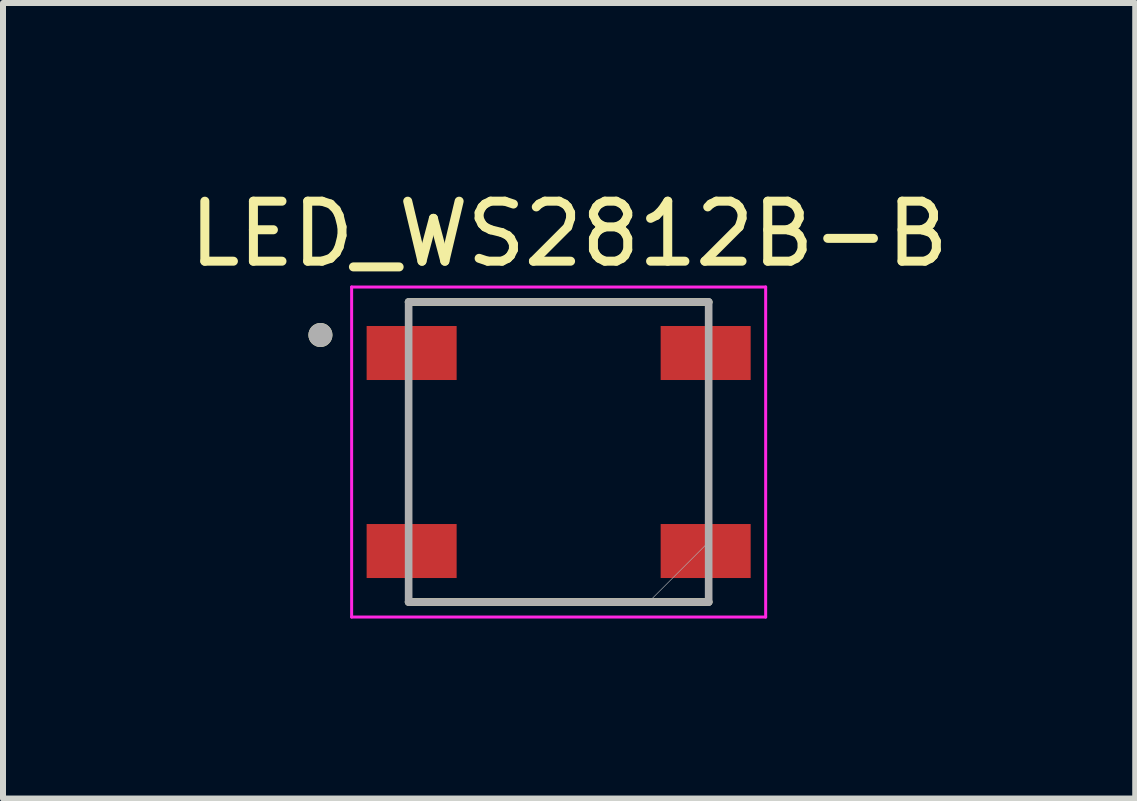
<source format=kicad_pcb>
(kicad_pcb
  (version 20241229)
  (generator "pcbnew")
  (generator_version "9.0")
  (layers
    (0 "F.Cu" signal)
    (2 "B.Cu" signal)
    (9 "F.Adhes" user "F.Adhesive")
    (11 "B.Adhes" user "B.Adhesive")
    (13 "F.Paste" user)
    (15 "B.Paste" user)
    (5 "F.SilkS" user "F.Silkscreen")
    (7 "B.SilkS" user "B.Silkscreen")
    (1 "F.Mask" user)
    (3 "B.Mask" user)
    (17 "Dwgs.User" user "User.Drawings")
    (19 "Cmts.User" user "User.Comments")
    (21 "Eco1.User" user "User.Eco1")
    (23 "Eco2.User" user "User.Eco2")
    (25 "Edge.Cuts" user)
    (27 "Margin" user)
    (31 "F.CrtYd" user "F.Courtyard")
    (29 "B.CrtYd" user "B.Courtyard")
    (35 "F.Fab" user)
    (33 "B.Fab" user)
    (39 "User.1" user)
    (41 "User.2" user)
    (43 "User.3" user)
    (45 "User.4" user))
  (footprint "LED_WS2812B-B"
    (layer "F.Cu")
    (at 6.26 4.483)
    (property "Reference" "LED_WS2812B-B" (at 0.175 -3.635 0) (layer "F.SilkS") (effects (font (size 1 1) (thickness 0.15))))
    (attr through_hole)
    (fp_line (start 2.5 -2.5) (end -2.5 -2.5) (stroke (width 0.127) (type solid)) (layer "F.SilkS"))
    (fp_line (start 2.5 2.5) (end -2.5 2.5) (stroke (width 0.127) (type solid)) (layer "F.SilkS"))
    (fp_circle (center -3.97 -1.95) (end -3.87 -1.95) (stroke (width 0.2) (type solid)) (fill no) (layer "F.SilkS"))
    (fp_line (start -3.45 -2.75) (end 3.45 -2.75) (stroke (width 0.05) (type solid)) (layer "F.CrtYd"))
    (fp_line (start -3.45 2.75) (end -3.45 -2.75) (stroke (width 0.05) (type solid)) (layer "F.CrtYd"))
    (fp_line (start 3.45 -2.75) (end 3.45 2.75) (stroke (width 0.05) (type solid)) (layer "F.CrtYd"))
    (fp_line (start 3.45 2.75) (end -3.45 2.75) (stroke (width 0.05) (type solid)) (layer "F.CrtYd"))
    (fp_line (start -2.5 -2.5) (end 2.5 -2.5) (stroke (width 0.127) (type solid)) (layer "F.Fab"))
    (fp_line (start -2.5 2.5) (end -2.5 -2.5) (stroke (width 0.127) (type solid)) (layer "F.Fab"))
    (fp_line (start 2.5 -2.5) (end 2.5 2.5) (stroke (width 0.127) (type solid)) (layer "F.Fab"))
    (fp_line (start 2.5 2.5) (end -2.5 2.5) (stroke (width 0.127) (type solid)) (layer "F.Fab"))
    (fp_circle (center -3.97 -1.95) (end -3.87 -1.95) (stroke (width 0.2) (type solid)) (fill no) (layer "F.Fab"))
    (fp_poly (pts (xy 2.5 2.5) (xy 1.5 2.5) (xy 2.5 1.5)) (stroke (width 0.01) (type solid)) (fill no) (layer "F.Fab"))
    (pad "1" smd rect (at -2.45 -1.65) (size 1.5 0.9) (layers "F.Cu" "F.Mask" "F.Paste"))
    (pad "2" smd rect (at -2.45 1.65) (size 1.5 0.9) (layers "F.Cu" "F.Mask" "F.Paste"))
    (pad "3" smd rect (at 2.45 1.65) (size 1.5 0.9) (layers "F.Cu" "F.Mask" "F.Paste"))
    (pad "4" smd rect (at 2.45 -1.65) (size 1.5 0.9) (layers "F.Cu" "F.Mask" "F.Paste")))
  (gr_rect
    (start -3 -3)
    (end 15.869 10.258)
    (stroke (width 0.1) (type default))
    (fill no)
    (layer "Edge.Cuts")))
</source>
